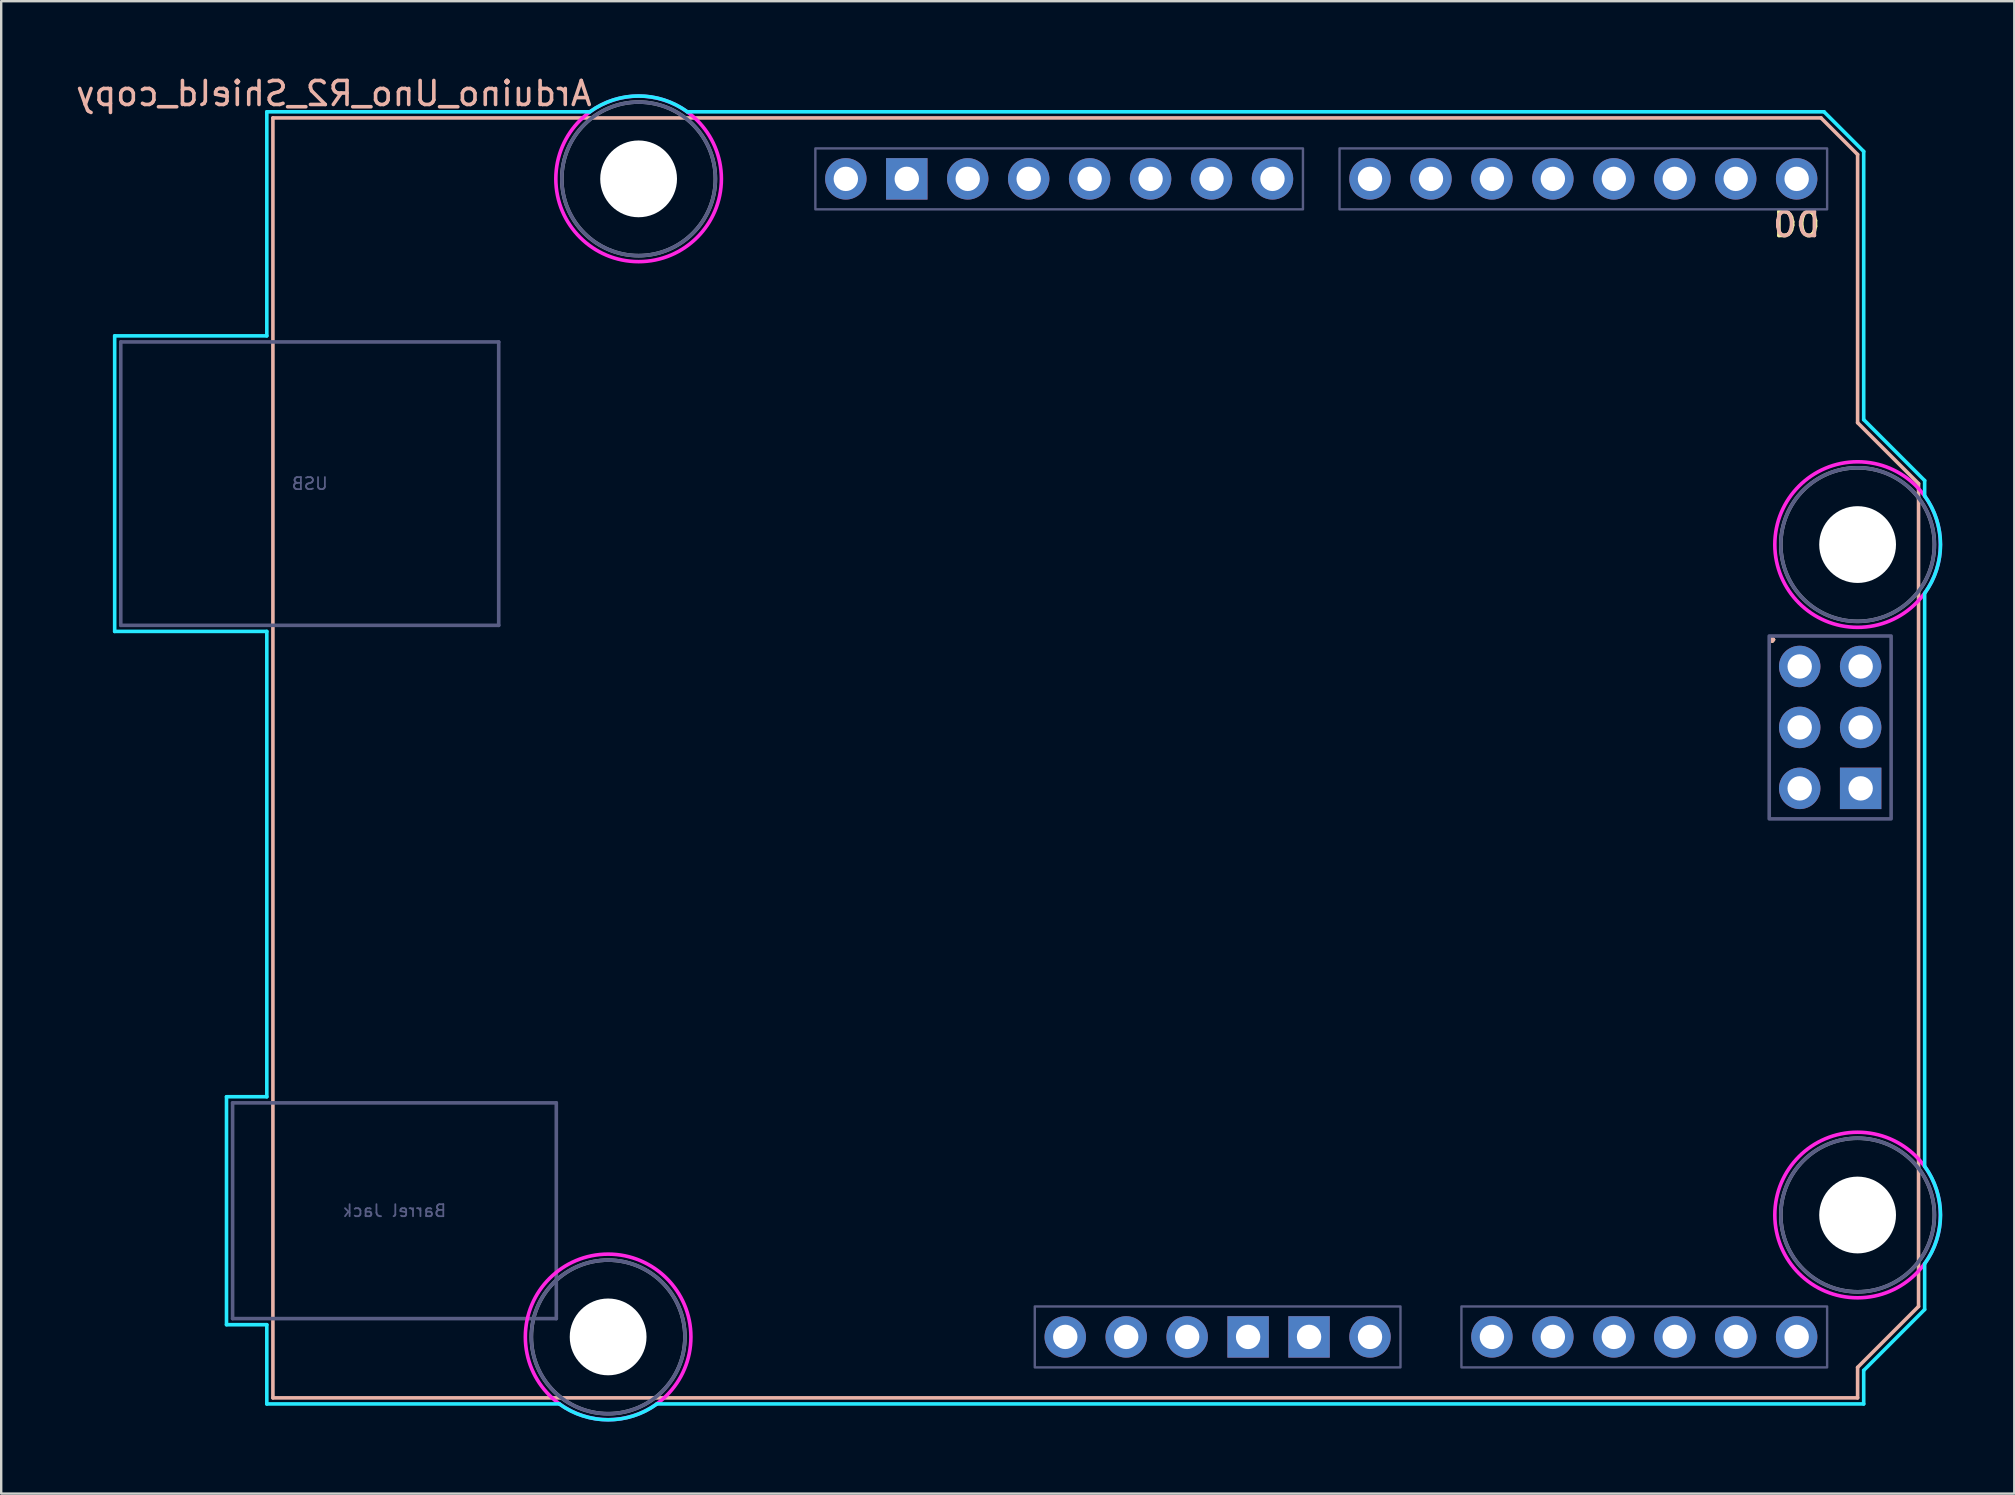
<source format=kicad_pcb>
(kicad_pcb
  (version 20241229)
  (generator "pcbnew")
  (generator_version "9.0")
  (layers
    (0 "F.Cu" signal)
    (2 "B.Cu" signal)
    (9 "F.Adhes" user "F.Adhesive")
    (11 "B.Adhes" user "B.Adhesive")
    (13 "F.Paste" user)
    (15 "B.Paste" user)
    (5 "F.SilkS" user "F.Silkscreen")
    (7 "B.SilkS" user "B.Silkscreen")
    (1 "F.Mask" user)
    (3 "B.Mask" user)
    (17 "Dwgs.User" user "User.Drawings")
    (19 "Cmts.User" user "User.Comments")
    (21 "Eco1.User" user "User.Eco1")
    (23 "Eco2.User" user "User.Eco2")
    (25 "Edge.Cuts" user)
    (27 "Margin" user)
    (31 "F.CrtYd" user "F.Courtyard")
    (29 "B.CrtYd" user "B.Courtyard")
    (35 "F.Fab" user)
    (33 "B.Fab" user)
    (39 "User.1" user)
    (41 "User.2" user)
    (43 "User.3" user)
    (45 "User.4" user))
  (footprint "Arduino_Uno_R2_Shield_copy"
    (layer "F.Cu")
    (at 8.323 55.204)
    (property "Reference" "Arduino_Uno_R2_Shield_copy" (at 2.54 -54.356 0) (layer "B.SilkS") (effects (font (size 1 1) (thickness 0.15)) (justify mirror)))
    (attr through_hole)
    (fp_line (start 0 -53.34) (end 0 0) (stroke (width 0.15) (type solid)) (layer "B.SilkS"))
    (fp_line (start 0 -53.34) (end 64.516 -53.34) (stroke (width 0.15) (type solid)) (layer "B.SilkS"))
    (fp_line (start 0 0) (end 66.04 0) (stroke (width 0.15) (type solid)) (layer "B.SilkS"))
    (fp_line (start 64.516 -53.34) (end 66.04 -51.816) (stroke (width 0.15) (type solid)) (layer "B.SilkS"))
    (fp_line (start 66.04 -40.64) (end 66.04 -51.816) (stroke (width 0.15) (type solid)) (layer "B.SilkS"))
    (fp_line (start 66.04 -1.27) (end 68.58 -3.81) (stroke (width 0.15) (type solid)) (layer "B.SilkS"))
    (fp_line (start 66.04 0) (end 66.04 -1.27) (stroke (width 0.15) (type solid)) (layer "B.SilkS"))
    (fp_line (start 68.58 -38.1) (end 66.04 -40.64) (stroke (width 0.15) (type solid)) (layer "B.SilkS"))
    (fp_line (start 68.58 -3.81) (end 68.58 -38.1) (stroke (width 0.15) (type solid)) (layer "B.SilkS"))
    (fp_line (start -6.594 -44.258) (end -0.254 -44.258) (stroke (width 0.15) (type solid)) (layer "B.CrtYd"))
    (fp_line (start -6.594 -31.94) (end -6.594 -44.258) (stroke (width 0.15) (type solid)) (layer "B.CrtYd"))
    (fp_line (start -1.934 -12.548) (end -1.934 -3.049) (stroke (width 0.15) (type solid)) (layer "B.CrtYd"))
    (fp_line (start -1.934 -12.548) (end -0.254 -12.548) (stroke (width 0.15) (type solid)) (layer "B.CrtYd"))
    (fp_line (start -1.934 -3.049) (end -0.254 -3.049) (stroke (width 0.15) (type solid)) (layer "B.CrtYd"))
    (fp_line (start -0.254 -53.594) (end -0.254 -44.258) (stroke (width 0.15) (type solid)) (layer "B.CrtYd"))
    (fp_line (start -0.254 -31.94) (end -6.594 -31.94) (stroke (width 0.15) (type solid)) (layer "B.CrtYd"))
    (fp_line (start -0.254 -31.94) (end -0.254 -12.548) (stroke (width 0.15) (type solid)) (layer "B.CrtYd"))
    (fp_line (start -0.254 -3.049) (end -0.254 0.254) (stroke (width 0.15) (type solid)) (layer "B.CrtYd"))
    (fp_line (start 11.938 0.254) (end -0.254 0.254) (stroke (width 0.15) (type solid)) (layer "B.CrtYd"))
    (fp_line (start 13.208 -53.594) (end -0.254 -53.594) (stroke (width 0.15) (type solid)) (layer "B.CrtYd"))
    (fp_line (start 16.002 0.254) (end 66.294 0.254) (stroke (width 0.15) (type solid)) (layer "B.CrtYd"))
    (fp_line (start 17.272 -53.594) (end 64.643 -53.594) (stroke (width 0.15) (type solid)) (layer "B.CrtYd"))
    (fp_line (start 64.643 -53.594) (end 66.294 -51.943) (stroke (width 0.15) (type solid)) (layer "B.CrtYd"))
    (fp_line (start 66.294 -40.767) (end 66.294 -51.943) (stroke (width 0.15) (type solid)) (layer "B.CrtYd"))
    (fp_line (start 66.294 -1.143) (end 68.834 -3.683) (stroke (width 0.15) (type solid)) (layer "B.CrtYd"))
    (fp_line (start 66.294 0.254) (end 66.294 -1.143) (stroke (width 0.15) (type solid)) (layer "B.CrtYd"))
    (fp_line (start 68.834 -38.227) (end 66.294 -40.767) (stroke (width 0.15) (type solid)) (layer "B.CrtYd"))
    (fp_line (start 68.834 -38.227) (end 68.834 -37.592) (stroke (width 0.15) (type solid)) (layer "B.CrtYd"))
    (fp_line (start 68.834 -9.652) (end 68.834 -33.528) (stroke (width 0.15) (type solid)) (layer "B.CrtYd"))
    (fp_line (start 68.834 -5.588) (end 68.834 -3.683) (stroke (width 0.15) (type solid)) (layer "B.CrtYd"))
    (fp_arc (start 13.208 -53.594) (mid 15.24 -54.254237) (end 17.272 -53.594) (stroke (width 0.15) (type solid)) (layer "B.CrtYd"))
    (fp_arc (start 16.002 0.254) (mid 13.97 0.914237) (end 11.938 0.254) (stroke (width 0.15) (type solid)) (layer "B.CrtYd"))
    (fp_arc (start 68.834 -37.592) (mid 69.494238 -35.56) (end 68.834 -33.528) (stroke (width 0.15) (type solid)) (layer "B.CrtYd"))
    (fp_arc (start 68.834 -9.652) (mid 69.494238 -7.62) (end 68.834 -5.588) (stroke (width 0.15) (type solid)) (layer "B.CrtYd"))
    (fp_circle (center 13.97 -2.54) (end 17.42 -2.54) (stroke (width 0.15) (type solid)) (fill no) (layer "F.CrtYd"))
    (fp_circle (center 15.24 -50.8) (end 18.69 -50.8) (stroke (width 0.15) (type solid)) (fill no) (layer "F.CrtYd"))
    (fp_circle (center 66.04 -35.56) (end 69.49 -35.56) (stroke (width 0.15) (type solid)) (fill no) (layer "F.CrtYd"))
    (fp_circle (center 66.04 -7.62) (end 69.49 -7.62) (stroke (width 0.15) (type solid)) (fill no) (layer "F.CrtYd"))
    (fp_line (start -6.34 -44.004) (end 9.41 -44.004) (stroke (width 0.15) (type solid)) (layer "B.Fab"))
    (fp_line (start -6.34 -32.194) (end -6.34 -44.004) (stroke (width 0.15) (type solid)) (layer "B.Fab"))
    (fp_line (start -6.34 -32.194) (end 9.41 -32.194) (stroke (width 0.15) (type solid)) (layer "B.Fab"))
    (fp_line (start -1.68 -12.294) (end -1.68 -3.303) (stroke (width 0.15) (type solid)) (layer "B.Fab"))
    (fp_line (start -1.68 -12.294) (end 11.81 -12.294) (stroke (width 0.15) (type solid)) (layer "B.Fab"))
    (fp_line (start -1.68 -3.303) (end 11.81 -3.303) (stroke (width 0.15) (type solid)) (layer "B.Fab"))
    (fp_line (start 9.41 -32.194) (end 9.41 -44.004) (stroke (width 0.15) (type solid)) (layer "B.Fab"))
    (fp_line (start 11.81 -12.294) (end 11.81 -3.303) (stroke (width 0.15) (type solid)) (layer "B.Fab"))
    (fp_rect (start 22.606 -52.07) (end 42.926 -49.53) (stroke (width 0.1) (type solid)) (fill no) (layer "B.Fab"))
    (fp_rect (start 31.75 -3.81) (end 46.99 -1.27) (stroke (width 0.1) (type solid)) (fill no) (layer "B.Fab"))
    (fp_rect (start 44.45 -52.07) (end 64.77 -49.53) (stroke (width 0.1) (type solid)) (fill no) (layer "B.Fab"))
    (fp_rect (start 49.53 -3.81) (end 64.77 -1.27) (stroke (width 0.1) (type solid)) (fill no) (layer "B.Fab"))
    (fp_rect (start 62.357 -31.75) (end 67.437 -24.13) (stroke (width 0.15) (type solid)) (fill no) (layer "B.Fab"))
    (fp_circle (center 13.97 -2.54) (end 17.17 -2.54) (stroke (width 0.15) (type solid)) (fill no) (layer "B.Fab"))
    (fp_circle (center 15.24 -50.8) (end 18.44 -50.8) (stroke (width 0.15) (type solid)) (fill no) (layer "B.Fab"))
    (fp_circle (center 66.04 -35.56) (end 69.24 -35.56) (stroke (width 0.15) (type solid)) (fill no) (layer "B.Fab"))
    (fp_circle (center 66.04 -7.62) (end 69.24 -7.62) (stroke (width 0.15) (type solid)) (fill no) (layer "B.Fab"))
    (fp_circle (center 13.97 -2.54) (end 17.17 -2.54) (stroke (width 0.15) (type solid)) (fill no) (layer "F.Fab"))
    (fp_circle (center 15.24 -50.8) (end 18.44 -50.8) (stroke (width 0.15) (type solid)) (fill no) (layer "F.Fab"))
    (fp_circle (center 66.04 -35.56) (end 69.24 -35.56) (stroke (width 0.15) (type solid)) (fill no) (layer "F.Fab"))
    (fp_circle (center 66.04 -7.62) (end 69.24 -7.62) (stroke (width 0.15) (type solid)) (fill no) (layer "F.Fab"))
    (fp_text user "D0" (at 63.5 -48.895 0) (unlocked yes) (layer "F.SilkS") (effects (font (size 1 1) (thickness 0.15))))
    (fp_text user "." (at 62.484 -32.004 0) (layer "F.SilkS") (effects (font (size 1 1) (thickness 0.15))))
    (fp_text user "D0" (at 63.5 -48.895 0) (unlocked yes) (layer "B.SilkS") (effects (font (size 1 1) (thickness 0.15)) (justify mirror)))
    (fp_text user "." (at 62.484 -32.004 0) (layer "B.SilkS") (effects (font (size 1 1) (thickness 0.15))))
    (fp_text user "USB" (at 1.535 -38.099 0) (layer "B.Fab") (effects (font (size 0.5 0.5) (thickness 0.075)) (justify mirror)))
    (fp_text user "Barrel Jack" (at 5.065 -7.798 0) (layer "B.Fab") (effects (font (size 0.5 0.5) (thickness 0.075)) (justify mirror)))
    (pad "" np_thru_hole circle (at 13.97 -2.54) (size 3.2 3.2) (drill 3.2) (layers "*.Cu" "*.Mask"))
    (pad "" np_thru_hole circle (at 15.24 -50.8) (size 3.2 3.2) (drill 3.2) (layers "*.Cu" "*.Mask"))
    (pad "" np_thru_hole circle (at 66.04 -35.56) (size 3.2 3.2) (drill 3.2) (layers "*.Cu" "*.Mask"))
    (pad "" np_thru_hole circle (at 66.04 -7.62) (size 3.2 3.2) (drill 3.2) (layers "*.Cu" "*.Mask"))
    (pad "3V3" thru_hole oval (at 35.56 -2.54) (size 1.727 1.727) (drill 1.016) (layers "*.Cu" "*.Mask"))
    (pad "5V1" thru_hole oval (at 38.1 -2.54) (size 1.727 1.727) (drill 1.016) (layers "*.Cu" "*.Mask"))
    (pad "5V2" thru_hole oval (at 66.167 -30.48) (size 1.727 1.727) (drill 1.016) (layers "*.Cu" "*.Mask"))
    (pad "A0" thru_hole oval (at 50.8 -2.54) (size 1.727 1.727) (drill 1.016) (layers "*.Cu" "*.Mask"))
    (pad "A1" thru_hole oval (at 53.34 -2.54) (size 1.727 1.727) (drill 1.016) (layers "*.Cu" "*.Mask"))
    (pad "A2" thru_hole oval (at 55.88 -2.54) (size 1.727 1.727) (drill 1.016) (layers "*.Cu" "*.Mask"))
    (pad "A3" thru_hole oval (at 58.42 -2.54) (size 1.727 1.727) (drill 1.016) (layers "*.Cu" "*.Mask"))
    (pad "A4" thru_hole oval (at 60.96 -2.54) (size 1.727 1.727) (drill 1.016) (layers "*.Cu" "*.Mask"))
    (pad "A5" thru_hole oval (at 63.5 -2.54) (size 1.727 1.727) (drill 1.016) (layers "*.Cu" "*.Mask"))
    (pad "AREF" thru_hole oval (at 23.876 -50.8) (size 1.727 1.727) (drill 1.016) (layers "*.Cu" "*.Mask"))
    (pad "D0" thru_hole oval (at 63.5 -50.8) (size 1.727 1.727) (drill 1.016) (layers "*.Cu" "*.Mask"))
    (pad "D1" thru_hole oval (at 60.96 -50.8) (size 1.727 1.727) (drill 1.016) (layers "*.Cu" "*.Mask"))
    (pad "D2" thru_hole oval (at 58.42 -50.8) (size 1.727 1.727) (drill 1.016) (layers "*.Cu" "*.Mask"))
    (pad "D3" thru_hole oval (at 55.88 -50.8) (size 1.727 1.727) (drill 1.016) (layers "*.Cu" "*.Mask"))
    (pad "D4" thru_hole oval (at 53.34 -50.8) (size 1.727 1.727) (drill 1.016) (layers "*.Cu" "*.Mask"))
    (pad "D5" thru_hole oval (at 50.8 -50.8) (size 1.727 1.727) (drill 1.016) (layers "*.Cu" "*.Mask"))
    (pad "D6" thru_hole oval (at 48.26 -50.8) (size 1.727 1.727) (drill 1.016) (layers "*.Cu" "*.Mask"))
    (pad "D7" thru_hole oval (at 45.72 -50.8) (size 1.727 1.727) (drill 1.016) (layers "*.Cu" "*.Mask"))
    (pad "D8" thru_hole oval (at 41.656 -50.8) (size 1.727 1.727) (drill 1.016) (layers "*.Cu" "*.Mask"))
    (pad "D9" thru_hole oval (at 39.116 -50.8) (size 1.727 1.727) (drill 1.016) (layers "*.Cu" "*.Mask"))
    (pad "D10" thru_hole oval (at 36.576 -50.8) (size 1.727 1.727) (drill 1.016) (layers "*.Cu" "*.Mask"))
    (pad "D11" thru_hole oval (at 34.036 -50.8) (size 1.727 1.727) (drill 1.016) (layers "*.Cu" "*.Mask"))
    (pad "D12" thru_hole oval (at 31.496 -50.8) (size 1.727 1.727) (drill 1.016) (layers "*.Cu" "*.Mask"))
    (pad "D13" thru_hole oval (at 28.956 -50.8) (size 1.727 1.727) (drill 1.016) (layers "*.Cu" "*.Mask"))
    (pad "GND1" thru_hole rect (at 26.416 -50.8) (size 1.727 1.727) (drill 1.016) (layers "*.Cu" "*.Mask"))
    (pad "GND2" thru_hole rect (at 40.64 -2.54) (size 1.727 1.727) (drill 1.016) (layers "*.Cu" "*.Mask"))
    (pad "GND3" thru_hole rect (at 43.18 -2.54) (size 1.727 1.727) (drill 1.016) (layers "*.Cu" "*.Mask"))
    (pad "GND4" thru_hole rect (at 66.167 -25.4) (size 1.727 1.727) (drill 1.016) (layers "*.Cu" "*.Mask"))
    (pad "MISO" thru_hole oval (at 63.627 -30.48) (size 1.727 1.727) (drill 1.016) (layers "*.Cu" "*.Mask"))
    (pad "MOSI" thru_hole oval (at 66.167 -27.94) (size 1.727 1.727) (drill 1.016) (layers "*.Cu" "*.Mask"))
    (pad "RST1" thru_hole oval (at 33.02 -2.54) (size 1.727 1.727) (drill 1.016) (layers "*.Cu" "*.Mask"))
    (pad "RST2" thru_hole oval (at 63.627 -25.4) (size 1.727 1.727) (drill 1.016) (layers "*.Cu" "*.Mask"))
    (pad "SCK" thru_hole oval (at 63.627 -27.94) (size 1.727 1.727) (drill 1.016) (layers "*.Cu" "*.Mask"))
    (pad "VIN" thru_hole oval (at 45.72 -2.54) (size 1.727 1.727) (drill 1.016) (layers "*.Cu" "*.Mask")))
  (gr_rect
    (start -3 -3)
    (end 80.892 59.193)
    (stroke (width 0.1) (type default))
    (fill no)
    (layer "Edge.Cuts")))
</source>
